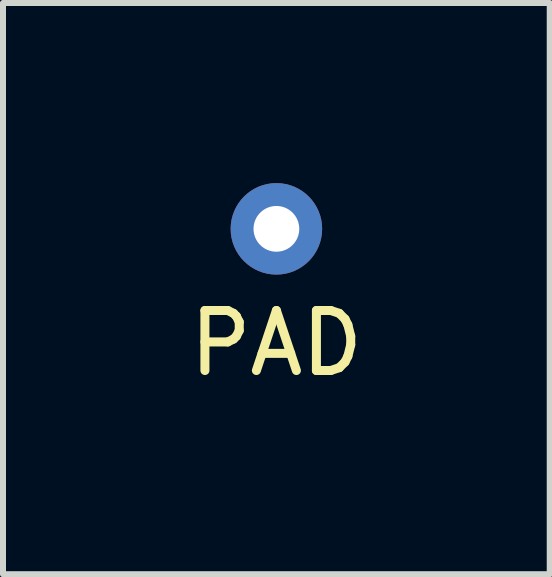
<source format=kicad_pcb>
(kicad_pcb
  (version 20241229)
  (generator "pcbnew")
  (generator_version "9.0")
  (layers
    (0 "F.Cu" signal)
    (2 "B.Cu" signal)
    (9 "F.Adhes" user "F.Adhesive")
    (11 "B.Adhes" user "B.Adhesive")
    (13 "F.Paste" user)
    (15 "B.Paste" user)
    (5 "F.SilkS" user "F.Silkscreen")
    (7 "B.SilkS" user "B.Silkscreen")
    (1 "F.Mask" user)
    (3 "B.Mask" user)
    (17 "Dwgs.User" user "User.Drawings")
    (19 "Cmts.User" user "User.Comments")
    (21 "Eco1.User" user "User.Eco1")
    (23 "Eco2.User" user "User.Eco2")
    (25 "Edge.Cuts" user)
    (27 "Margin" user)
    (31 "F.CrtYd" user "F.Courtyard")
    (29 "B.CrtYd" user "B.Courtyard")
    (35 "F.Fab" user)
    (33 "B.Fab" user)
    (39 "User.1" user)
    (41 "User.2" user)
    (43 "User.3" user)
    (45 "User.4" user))
  (footprint "PAD"
    (layer "F.Cu")
    (at 1.554 0.762)
    (property "Reference" "PAD" (at 0 1.905 0) (layer "F.SilkS") (effects (font (size 1 1) (thickness 0.15))))
    (attr through_hole)
    (pad "1" thru_hole circle (at 0 0) (size 1.524 1.524) (drill 0.762) (layers "*.Cu" "*.Mask")))
  (gr_rect
    (start -3 -3)
    (end 6.107 6.515)
    (stroke (width 0.1) (type default))
    (fill no)
    (layer "Edge.Cuts")))
</source>
